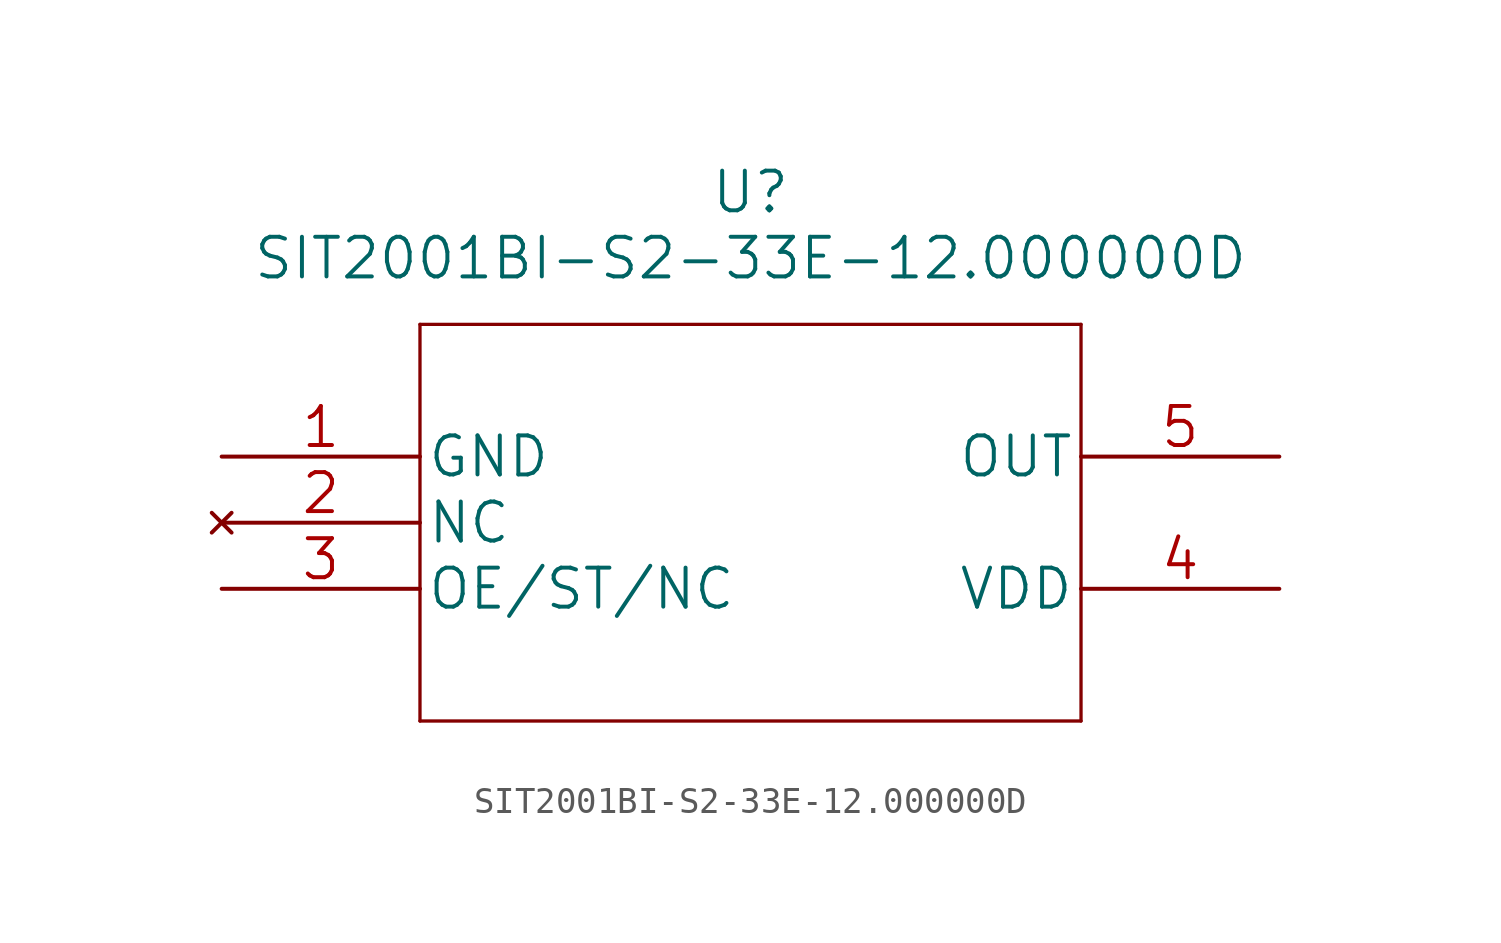
<source format=kicad_sym>
(kicad_symbol_lib
  (version 20220914)
  (generator kicad_symbol_editor)
  (symbol "SIT2001BI-S2-33E-12.000000D"
    (pin_names
      (offset 0.254))
    (property "Reference" "U"
      (at 20.32 10.16 0)
      (effects (font (size 1.524 1.524))))
    (property "Value" "SIT2001BI-S2-33E-12.000000D"
      (at 20.32 7.62 0)
      (effects (font (size 1.524 1.524))))
    (property "Datasheet" ""
      (at 0 0 0)
      (effects (font (size 1.524 1.524))))
    (symbol "SIT2001BI-S2-33E-12.000000D_1_1"
      (polyline (pts (xy 7.62 -10.16) (xy 33.02 -10.16)) (stroke (width 0.127) (type solid)) (fill (type none)))
      (polyline (pts (xy 7.62 5.08) (xy 7.62 -10.16)) (stroke (width 0.127) (type solid)) (fill (type none)))
      (polyline (pts (xy 33.02 -10.16) (xy 33.02 5.08)) (stroke (width 0.127) (type solid)) (fill (type none)))
      (polyline (pts (xy 33.02 5.08) (xy 7.62 5.08)) (stroke (width 0.127) (type solid)) (fill (type none)))
      (pin power_in line (at 0 0 0) (length 7.62) (name "GND" (effects (font (size 1.499 1.499)))) (number "1" (effects (font (size 1.499 1.499)))))
      (pin no_connect line (at 0 -2.54 0) (length 7.62) (name "NC" (effects (font (size 1.499 1.499)))) (number "2" (effects (font (size 1.499 1.499)))))
      (pin unspecified line (at 0 -5.08 0) (length 7.62) (name "OE/ST/NC" (effects (font (size 1.499 1.499)))) (number "3" (effects (font (size 1.499 1.499)))))
      (pin power_in line (at 40.64 -5.08 180) (length 7.62) (name "VDD" (effects (font (size 1.499 1.499)))) (number "4" (effects (font (size 1.499 1.499)))))
      (pin output line (at 40.64 0 180) (length 7.62) (name "OUT" (effects (font (size 1.499 1.499)))) (number "5" (effects (font (size 1.499 1.499))))))))
</source>
